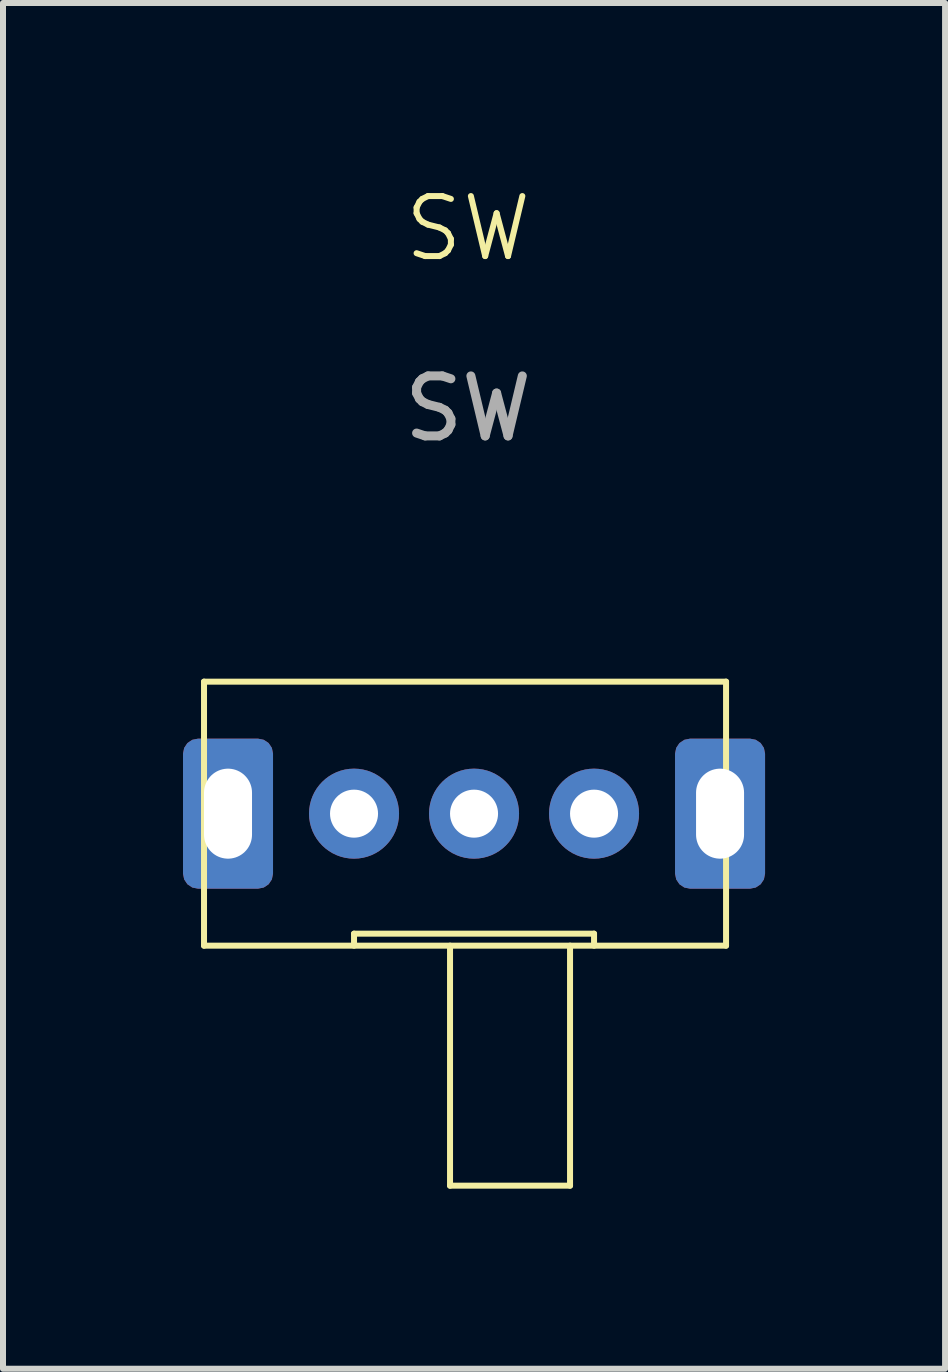
<source format=kicad_pcb>
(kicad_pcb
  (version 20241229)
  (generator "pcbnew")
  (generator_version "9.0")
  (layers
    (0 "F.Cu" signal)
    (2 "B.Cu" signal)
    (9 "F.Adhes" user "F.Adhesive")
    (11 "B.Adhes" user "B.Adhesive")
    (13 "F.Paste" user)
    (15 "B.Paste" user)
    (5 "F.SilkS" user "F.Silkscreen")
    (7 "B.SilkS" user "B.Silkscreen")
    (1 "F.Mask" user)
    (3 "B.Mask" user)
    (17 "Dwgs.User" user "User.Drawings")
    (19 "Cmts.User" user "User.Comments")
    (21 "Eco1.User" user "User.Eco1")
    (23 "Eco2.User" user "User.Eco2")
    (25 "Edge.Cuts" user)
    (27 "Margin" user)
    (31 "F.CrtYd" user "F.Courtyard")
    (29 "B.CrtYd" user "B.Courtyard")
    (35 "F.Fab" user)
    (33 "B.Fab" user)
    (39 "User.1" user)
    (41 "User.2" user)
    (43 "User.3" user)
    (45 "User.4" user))
  (footprint "SW"
    (layer "F.Cu")
    (at 4.65 10.71)
    (property "Reference" "SW" (at 0.1 -9.95 0) (unlocked yes) (layer "F.SilkS") (effects (font (size 1 1) (thickness 0.1))))
    (attr smd)
    (fp_line (start -4.3 -2.4) (end -4.3 2) (stroke (width 0.1) (type default)) (layer "F.SilkS"))
    (fp_line (start -4.3 -2.4) (end 4.4 -2.4) (stroke (width 0.1) (type default)) (layer "F.SilkS"))
    (fp_line (start -1.8 1.8) (end 2.2 1.8) (stroke (width 0.1) (type default)) (layer "F.SilkS"))
    (fp_line (start -1.8 2) (end -1.8 1.8) (stroke (width 0.1) (type default)) (layer "F.SilkS"))
    (fp_line (start -0.2 6) (end -0.2 2) (stroke (width 0.1) (type default)) (layer "F.SilkS"))
    (fp_line (start 1.8 2) (end 1.8 6) (stroke (width 0.1) (type default)) (layer "F.SilkS"))
    (fp_line (start 1.8 6) (end -0.2 6) (stroke (width 0.1) (type default)) (layer "F.SilkS"))
    (fp_line (start 2.2 1.8) (end 2.2 2) (stroke (width 0.1) (type default)) (layer "F.SilkS"))
    (fp_line (start 4.4 -2.4) (end 4.4 2) (stroke (width 0.1) (type default)) (layer "F.SilkS"))
    (fp_line (start 4.4 2) (end -4.3 2) (stroke (width 0.1) (type default)) (layer "F.SilkS"))
    (fp_text user "${REFERENCE}" (at 0.1 -6.95 0) (unlocked yes) (layer "F.Fab") (effects (font (size 1 1) (thickness 0.15))))
    (pad "" thru_hole roundrect (at -3.9 -0.2) (size 1.5 2.5) (drill oval 0.8 1.5) (layers "*.Cu" "*.Mask") (roundrect_rratio 0.167))
    (pad "" thru_hole roundrect (at 4.3 -0.2) (size 1.5 2.5) (drill oval 0.8 1.5) (layers "*.Cu" "*.Mask") (roundrect_rratio 0.167))
    (pad "1" thru_hole circle (at -1.8 -0.2) (size 1.5 1.5) (drill 0.8) (layers "*.Cu" "*.Mask"))
    (pad "2" thru_hole circle (at 0.2 -0.2) (size 1.5 1.5) (drill 0.8) (layers "*.Cu" "*.Mask"))
    (pad "3" thru_hole circle (at 2.2 -0.2) (size 1.5 1.5) (drill 0.8) (layers "*.Cu" "*.Mask")))
  (gr_rect
    (start -3 -3)
    (end 12.7 19.761)
    (stroke (width 0.1) (type default))
    (fill no)
    (layer "Edge.Cuts")))
</source>
